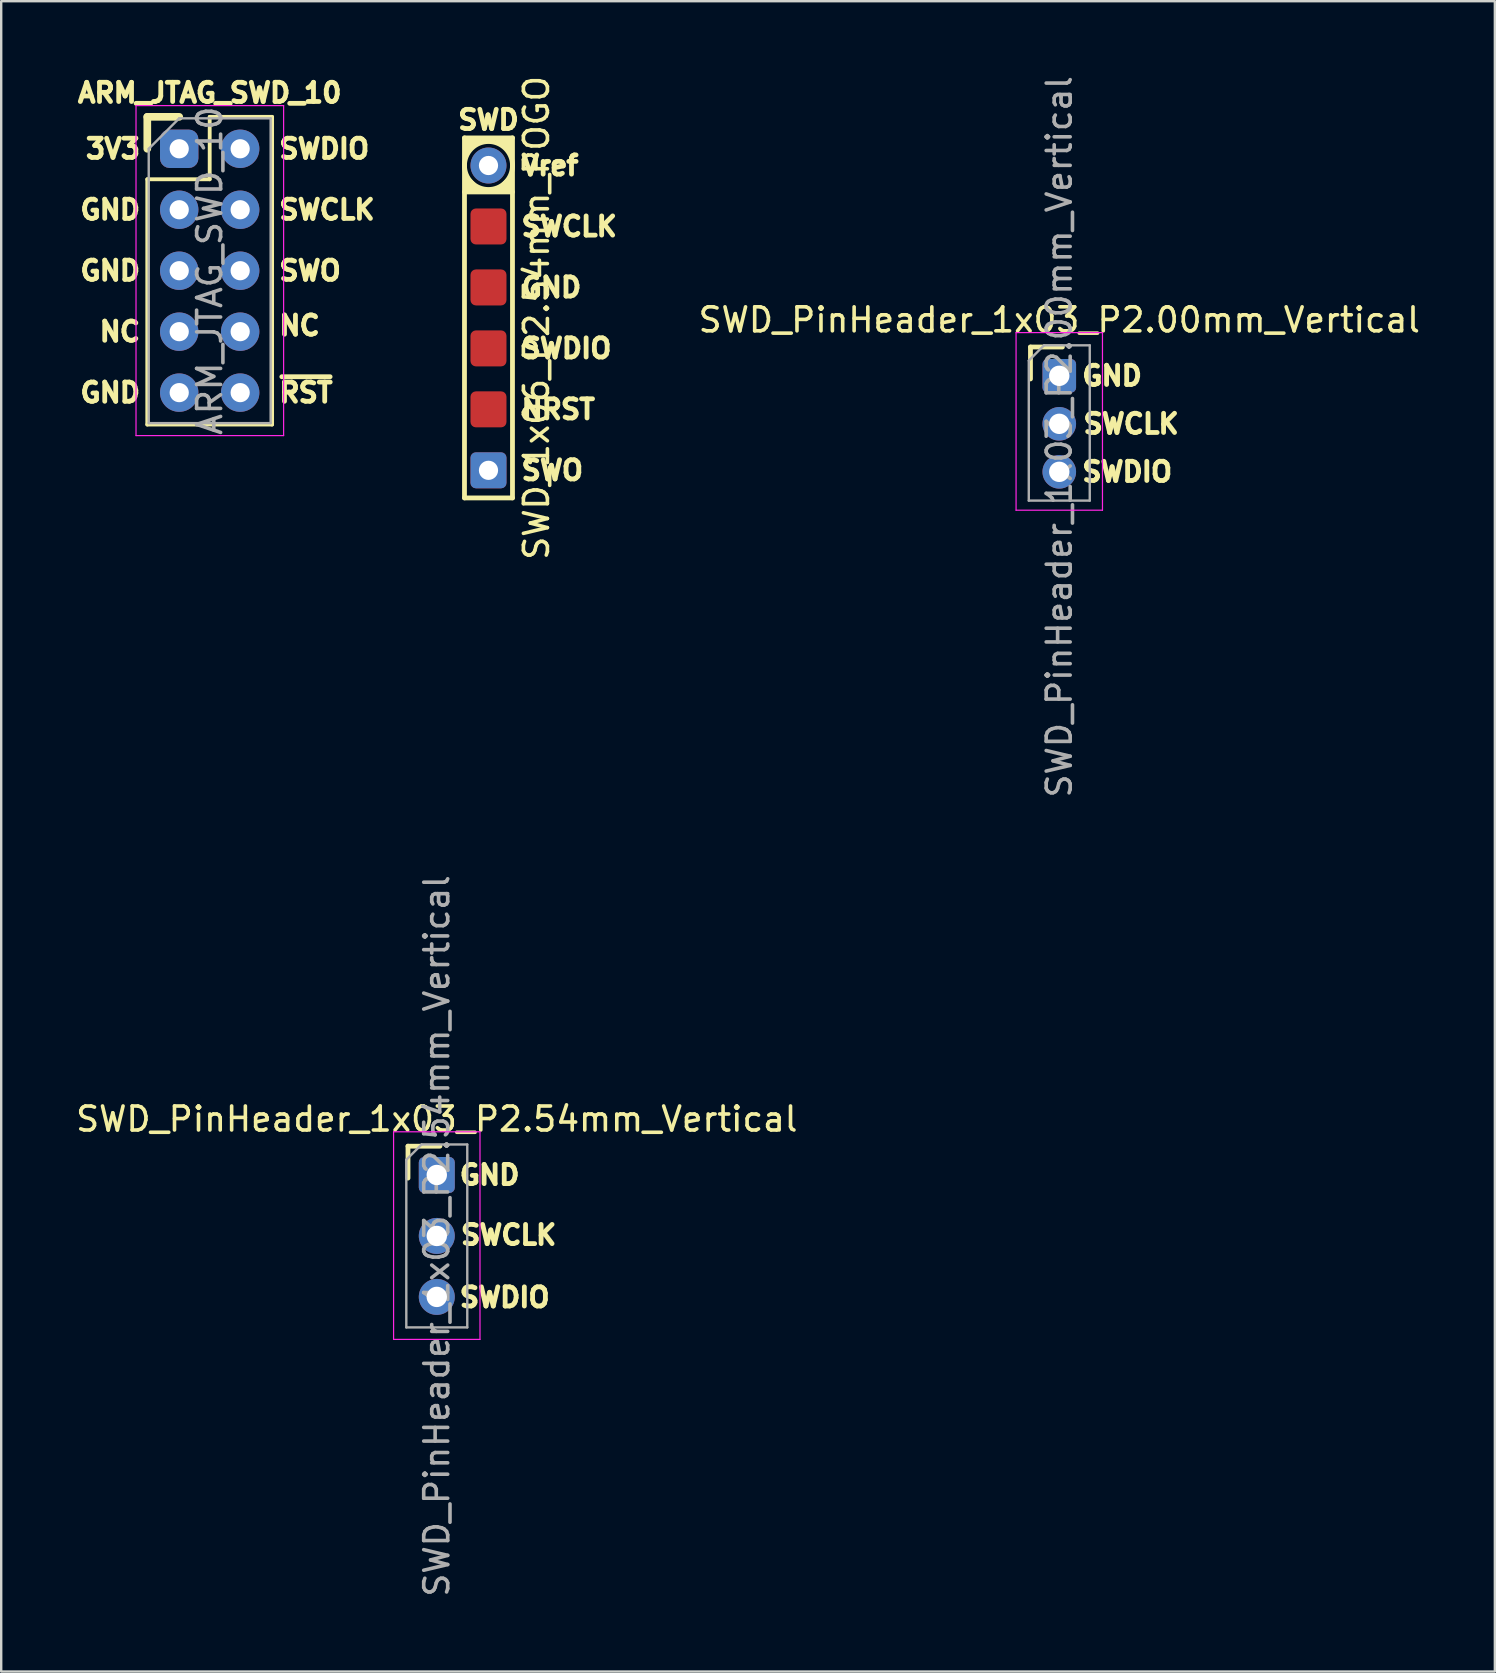
<source format=kicad_pcb>
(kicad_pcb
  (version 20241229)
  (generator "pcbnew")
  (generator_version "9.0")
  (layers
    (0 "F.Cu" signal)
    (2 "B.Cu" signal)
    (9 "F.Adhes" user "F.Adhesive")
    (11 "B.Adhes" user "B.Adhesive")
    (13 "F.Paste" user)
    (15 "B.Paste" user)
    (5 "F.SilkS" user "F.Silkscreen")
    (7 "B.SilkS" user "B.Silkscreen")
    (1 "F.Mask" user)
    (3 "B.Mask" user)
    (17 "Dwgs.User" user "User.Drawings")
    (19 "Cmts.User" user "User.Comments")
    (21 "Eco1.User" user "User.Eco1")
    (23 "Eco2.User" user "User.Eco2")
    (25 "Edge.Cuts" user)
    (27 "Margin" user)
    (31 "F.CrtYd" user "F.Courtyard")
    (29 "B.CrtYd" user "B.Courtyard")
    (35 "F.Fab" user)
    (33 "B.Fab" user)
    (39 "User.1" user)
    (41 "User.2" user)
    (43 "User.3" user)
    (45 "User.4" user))
  (footprint "SWD_1x06_P2.54mm_POGO"
    (layer "F.Cu")
    (at 17.303 10.196)
    (property "Reference" "SWD_1x06_P2.54mm_POGO" (at 2 0 90) (layer "F.SilkS") (effects (font (size 1 1) (thickness 0.15))))
    (attr through_hole)
    (fp_line (start -1 -7.5) (end 1 -7.5) (stroke (width 0.2) (type solid)) (layer "F.SilkS"))
    (fp_line (start -1 7.5) (end -1 -7.5) (stroke (width 0.2) (type solid)) (layer "F.SilkS"))
    (fp_line (start 1 -7.5) (end 1 7.5) (stroke (width 0.2) (type solid)) (layer "F.SilkS"))
    (fp_line (start 1 -5.25) (end -1 -5.25) (stroke (width 0.2) (type solid)) (layer "F.SilkS"))
    (fp_line (start 1 7.5) (end -1 7.5) (stroke (width 0.2) (type solid)) (layer "F.SilkS"))
    (fp_circle (center 0 -6.35) (end 0 -7.35) (stroke (width 0.2) (type solid)) (fill no) (layer "F.SilkS"))
    (fp_poly (pts (xy -1 -6.75) (xy -1 -7.5) (xy -0.25 -7.5)) (stroke (width 0.1) (type solid)) (fill yes) (layer "F.SilkS"))
    (fp_poly (pts (xy -0.25 -5.25) (xy -1 -5.25) (xy -1 -6)) (stroke (width 0.1) (type solid)) (fill yes) (layer "F.SilkS"))
    (fp_poly (pts (xy 0.25 -7.5) (xy 1 -7.5) (xy 1 -6.75)) (stroke (width 0.1) (type solid)) (fill yes) (layer "F.SilkS"))
    (fp_poly (pts (xy 1 -6) (xy 1 -5.25) (xy 0.25 -5.25)) (stroke (width 0.1) (type solid)) (fill yes) (layer "F.SilkS"))
    (fp_text user "SWDIO" (at 1.27 1.27 0) (layer "F.SilkS") (effects (font (size 0.8 0.8) (thickness 0.2)) (justify left)))
    (fp_text user "GND" (at 1.27 -1.27 0) (layer "F.SilkS") (effects (font (size 0.8 0.8) (thickness 0.2)) (justify left)))
    (fp_text user "SWO" (at 1.27 6.35 0) (layer "F.SilkS") (effects (font (size 0.8 0.8) (thickness 0.2)) (justify left)))
    (fp_text user "Vref" (at 1.27 -6.35 0) (layer "F.SilkS") (effects (font (size 0.8 0.8) (thickness 0.2)) (justify left)))
    (fp_text user "SWD" (at 0 -8.25 180) (layer "F.SilkS") (effects (font (size 0.8 0.8) (thickness 0.2))))
    (fp_text user "NRST" (at 1.27 3.81 0) (layer "F.SilkS") (effects (font (size 0.8 0.8) (thickness 0.2)) (justify left)))
    (fp_text user "SWCLK" (at 1.27 -3.81 0) (layer "F.SilkS") (effects (font (size 0.8 0.8) (thickness 0.2)) (justify left)))
    (pad "1" thru_hole circle (at 0 -6.35 90) (size 1.5 1.5) (drill 0.8) (layers "*.Cu" "F.Mask"))
    (pad "2" smd roundrect (at 0 -3.81 90) (size 1.5 1.5) (layers "F.Cu" "F.Mask") (roundrect_rratio 0.15))
    (pad "3" smd roundrect (at 0 -1.27 90) (size 1.5 1.5) (layers "F.Cu" "F.Mask") (roundrect_rratio 0.15))
    (pad "4" smd roundrect (at 0 1.27 90) (size 1.5 1.5) (layers "F.Cu" "F.Mask") (roundrect_rratio 0.15))
    (pad "5" smd roundrect (at 0 3.81 90) (size 1.5 1.5) (layers "F.Cu" "F.Mask") (roundrect_rratio 0.15))
    (pad "6" thru_hole roundrect (at 0 6.35 90) (size 1.5 1.5) (drill 0.8) (layers "*.Cu" "F.Mask") (roundrect_rratio 0.15)))
  (footprint "SWD_PinHeader_1x03_P2.00mm_Vertical"
    (layer "F.Cu")
    (at 41.085 12.609)
    (property "Reference" "SWD_PinHeader_1x03_P2.00mm_Vertical" (at 0 -2.33 0) (layer "F.SilkS") (effects (font (size 1 1) (thickness 0.15))))
    (attr through_hole)
    (fp_line (start -1.2 -1.2) (end 0.13 -1.2) (stroke (width 0.2) (type solid)) (layer "F.SilkS"))
    (fp_line (start -1.2 0.13) (end -1.2 -1.2) (stroke (width 0.2) (type solid)) (layer "F.SilkS"))
    (fp_line (start -1.8 -1.8) (end -1.8 5.6) (stroke (width 0.05) (type solid)) (layer "F.CrtYd"))
    (fp_line (start -1.8 5.6) (end 1.8 5.6) (stroke (width 0.05) (type solid)) (layer "F.CrtYd"))
    (fp_line (start 1.8 -1.8) (end -1.8 -1.8) (stroke (width 0.05) (type solid)) (layer "F.CrtYd"))
    (fp_line (start 1.8 5.6) (end 1.8 -1.8) (stroke (width 0.05) (type solid)) (layer "F.CrtYd"))
    (fp_line (start -1.27 -0.635) (end -0.635 -1.27) (stroke (width 0.1) (type solid)) (layer "F.Fab"))
    (fp_line (start -1.27 5.2) (end -1.27 -0.635) (stroke (width 0.1) (type solid)) (layer "F.Fab"))
    (fp_line (start -0.635 -1.27) (end 1.27 -1.27) (stroke (width 0.1) (type solid)) (layer "F.Fab"))
    (fp_line (start 1.27 -1.27) (end 1.27 5.2) (stroke (width 0.1) (type solid)) (layer "F.Fab"))
    (fp_line (start 1.27 5.2) (end -1.27 5.2) (stroke (width 0.1) (type solid)) (layer "F.Fab"))
    (fp_text user "GND" (at 0.85 0 0) (layer "F.SilkS") (effects (font (size 0.8 0.8) (thickness 0.2)) (justify left)))
    (fp_text user "SWDIO" (at 0.85 4 0) (layer "F.SilkS") (effects (font (size 0.8 0.8) (thickness 0.2)) (justify left)))
    (fp_text user "SWCLK" (at 0.9 2 0) (layer "F.SilkS") (effects (font (size 0.8 0.8) (thickness 0.2)) (justify left)))
    (fp_text user "${REFERENCE}" (at 0 2.54 90) (layer "F.Fab") (effects (font (size 1 1) (thickness 0.15))))
    (pad "1" thru_hole roundrect (at 0 0) (size 1.4 1.4) (drill 0.85) (layers "*.Cu" "*.Mask") (roundrect_rratio 0.15))
    (pad "2" thru_hole circle (at 0 2) (size 1.4 1.4) (drill 0.85) (layers "*.Cu" "*.Mask"))
    (pad "3" thru_hole circle (at 0 4) (size 1.4 1.4) (drill 0.85) (layers "*.Cu" "*.Mask")))
  (footprint "ARM_JTAG_SWD_10"
    (layer "F.Cu")
    (at 4.417 3.149)
    (property "Reference" "ARM_JTAG_SWD_10" (at 1.27 -2.33 0) (layer "F.SilkS") (effects (font (size 0.8 0.8) (thickness 0.2))))
    (attr through_hole)
    (fp_line (start -1.33 -1.33) (end 0 -1.33) (stroke (width 0.32) (type solid)) (layer "F.SilkS"))
    (fp_line (start -1.33 0) (end -1.33 -1.33) (stroke (width 0.32) (type solid)) (layer "F.SilkS"))
    (fp_line (start -1.33 1.27) (end -1.33 11.49) (stroke (width 0.16) (type solid)) (layer "F.SilkS"))
    (fp_line (start -1.33 1.27) (end 1.27 1.27) (stroke (width 0.16) (type solid)) (layer "F.SilkS"))
    (fp_line (start -1.33 11.49) (end 3.87 11.49) (stroke (width 0.16) (type solid)) (layer "F.SilkS"))
    (fp_line (start 1.27 -1.33) (end 3.87 -1.33) (stroke (width 0.16) (type solid)) (layer "F.SilkS"))
    (fp_line (start 1.27 1.27) (end 1.27 -1.33) (stroke (width 0.16) (type solid)) (layer "F.SilkS"))
    (fp_line (start 3.87 -1.33) (end 3.87 11.49) (stroke (width 0.16) (type solid)) (layer "F.SilkS"))
    (fp_line (start -1.8 -1.8) (end -1.8 11.95) (stroke (width 0.05) (type solid)) (layer "F.CrtYd"))
    (fp_line (start -1.8 11.95) (end 4.35 11.95) (stroke (width 0.05) (type solid)) (layer "F.CrtYd"))
    (fp_line (start 4.35 -1.8) (end -1.8 -1.8) (stroke (width 0.05) (type solid)) (layer "F.CrtYd"))
    (fp_line (start 4.35 11.95) (end 4.35 -1.8) (stroke (width 0.05) (type solid)) (layer "F.CrtYd"))
    (fp_line (start -1.27 0) (end 0 -1.27) (stroke (width 0.1) (type solid)) (layer "F.Fab"))
    (fp_line (start -1.27 11.43) (end -1.27 0) (stroke (width 0.1) (type solid)) (layer "F.Fab"))
    (fp_line (start 0 -1.27) (end 3.81 -1.27) (stroke (width 0.1) (type solid)) (layer "F.Fab"))
    (fp_line (start 3.81 -1.27) (end 3.81 11.43) (stroke (width 0.1) (type solid)) (layer "F.Fab"))
    (fp_line (start 3.81 11.43) (end -1.27 11.43) (stroke (width 0.1) (type solid)) (layer "F.Fab"))
    (fp_text user "GND" (at -1.524 10.16 0) (layer "F.SilkS") (effects (font (size 0.8 0.8) (thickness 0.2)) (justify right)))
    (fp_text user "SWO" (at 4.064 5.08 0) (layer "F.SilkS") (effects (font (size 0.8 0.8) (thickness 0.2)) (justify left)))
    (fp_text user "SWCLK" (at 4.064 2.54 0) (layer "F.SilkS") (effects (font (size 0.8 0.8) (thickness 0.2)) (justify left)))
    (fp_text user "NC" (at -1.524 7.62 0) (layer "F.SilkS") (effects (font (size 0.8 0.8) (thickness 0.2)) (justify right)))
    (fp_text user "GND" (at -1.524 2.54 0) (layer "F.SilkS") (effects (font (size 0.8 0.8) (thickness 0.2)) (justify right)))
    (fp_text user "SWDIO" (at 4.064 0 0) (layer "F.SilkS") (effects (font (size 0.8 0.8) (thickness 0.2)) (justify left)))
    (fp_text user "~{RST}" (at 4.064 10.16 0) (layer "F.SilkS") (effects (font (size 0.8 0.8) (thickness 0.2)) (justify left)))
    (fp_text user "3V3" (at -1.524 0 0) (layer "F.SilkS") (effects (font (size 0.8 0.8) (thickness 0.2)) (justify right)))
    (fp_text user "NC" (at 4.064 7.366 0) (layer "F.SilkS") (effects (font (size 0.8 0.8) (thickness 0.2)) (justify left)))
    (fp_text user "GND" (at -1.524 5.08 0) (layer "F.SilkS") (effects (font (size 0.8 0.8) (thickness 0.2)) (justify right)))
    (fp_text user "${REFERENCE}" (at 1.27 5.08 90) (layer "F.Fab") (effects (font (size 1 1) (thickness 0.15))))
    (pad "1" thru_hole roundrect (at 0 0) (size 1.6 1.6) (drill 0.8) (layers "*.Cu" "*.Mask") (roundrect_rratio 0.25))
    (pad "2" thru_hole oval (at 2.54 0) (size 1.6 1.6) (drill 0.8) (layers "*.Cu" "*.Mask"))
    (pad "3" thru_hole oval (at 0 2.54) (size 1.6 1.6) (drill 0.8) (layers "*.Cu" "*.Mask"))
    (pad "4" thru_hole oval (at 2.54 2.54) (size 1.6 1.6) (drill 0.8) (layers "*.Cu" "*.Mask"))
    (pad "5" thru_hole oval (at 0 5.08) (size 1.6 1.6) (drill 0.8) (layers "*.Cu" "*.Mask"))
    (pad "6" thru_hole oval (at 2.54 5.08) (size 1.6 1.6) (drill 0.8) (layers "*.Cu" "*.Mask"))
    (pad "7" thru_hole oval (at 0 7.62) (size 1.6 1.6) (drill 0.8) (layers "*.Cu" "*.Mask"))
    (pad "8" thru_hole oval (at 2.54 7.62) (size 1.6 1.6) (drill 0.8) (layers "*.Cu" "*.Mask"))
    (pad "9" thru_hole oval (at 0 10.16) (size 1.6 1.6) (drill 0.8) (layers "*.Cu" "*.Mask"))
    (pad "10" thru_hole oval (at 2.54 10.16) (size 1.6 1.6) (drill 0.8) (layers "*.Cu" "*.Mask")))
  (footprint "SWD_PinHeader_1x03_P2.54mm_Vertical"
    (layer "F.Cu")
    (at 15.149 45.906)
    (property "Reference" "SWD_PinHeader_1x03_P2.54mm_Vertical" (at 0 -2.33 0) (layer "F.SilkS") (effects (font (size 1 1) (thickness 0.15))))
    (attr through_hole)
    (fp_line (start -1.2 -1.2) (end 0.13 -1.2) (stroke (width 0.2) (type solid)) (layer "F.SilkS"))
    (fp_line (start -1.2 0.13) (end -1.2 -1.2) (stroke (width 0.2) (type solid)) (layer "F.SilkS"))
    (fp_line (start -1.8 -1.8) (end -1.8 6.85) (stroke (width 0.05) (type solid)) (layer "F.CrtYd"))
    (fp_line (start -1.8 6.85) (end 1.8 6.85) (stroke (width 0.05) (type solid)) (layer "F.CrtYd"))
    (fp_line (start 1.8 -1.8) (end -1.8 -1.8) (stroke (width 0.05) (type solid)) (layer "F.CrtYd"))
    (fp_line (start 1.8 6.85) (end 1.8 -1.8) (stroke (width 0.05) (type solid)) (layer "F.CrtYd"))
    (fp_line (start -1.27 -0.635) (end -0.635 -1.27) (stroke (width 0.1) (type solid)) (layer "F.Fab"))
    (fp_line (start -1.27 6.35) (end -1.27 -0.635) (stroke (width 0.1) (type solid)) (layer "F.Fab"))
    (fp_line (start -0.635 -1.27) (end 1.27 -1.27) (stroke (width 0.1) (type solid)) (layer "F.Fab"))
    (fp_line (start 1.27 -1.27) (end 1.27 6.35) (stroke (width 0.1) (type solid)) (layer "F.Fab"))
    (fp_line (start 1.27 6.35) (end -1.27 6.35) (stroke (width 0.1) (type solid)) (layer "F.Fab"))
    (fp_text user "SWCLK" (at 0.9 2.5 0) (layer "F.SilkS") (effects (font (size 0.8 0.8) (thickness 0.2)) (justify left)))
    (fp_text user "GND" (at 0.85 0 0) (layer "F.SilkS") (effects (font (size 0.8 0.8) (thickness 0.2)) (justify left)))
    (fp_text user "SWDIO" (at 0.85 5.1 0) (layer "F.SilkS") (effects (font (size 0.8 0.8) (thickness 0.2)) (justify left)))
    (fp_text user "${REFERENCE}" (at 0 2.54 90) (layer "F.Fab") (effects (font (size 1 1) (thickness 0.15))))
    (pad "1" thru_hole roundrect (at 0 0) (size 1.5 1.5) (drill 0.85) (layers "*.Cu" "*.Mask") (roundrect_rratio 0.15))
    (pad "2" thru_hole circle (at 0 2.54) (size 1.5 1.5) (drill 0.85) (layers "*.Cu" "*.Mask"))
    (pad "3" thru_hole circle (at 0 5.08) (size 1.5 1.5) (drill 0.85) (layers "*.Cu" "*.Mask")))
  (gr_rect
    (start -3 -3)
    (end 59.234 66.595)
    (stroke (width 0.1) (type default))
    (fill no)
    (layer "Edge.Cuts")))
</source>
